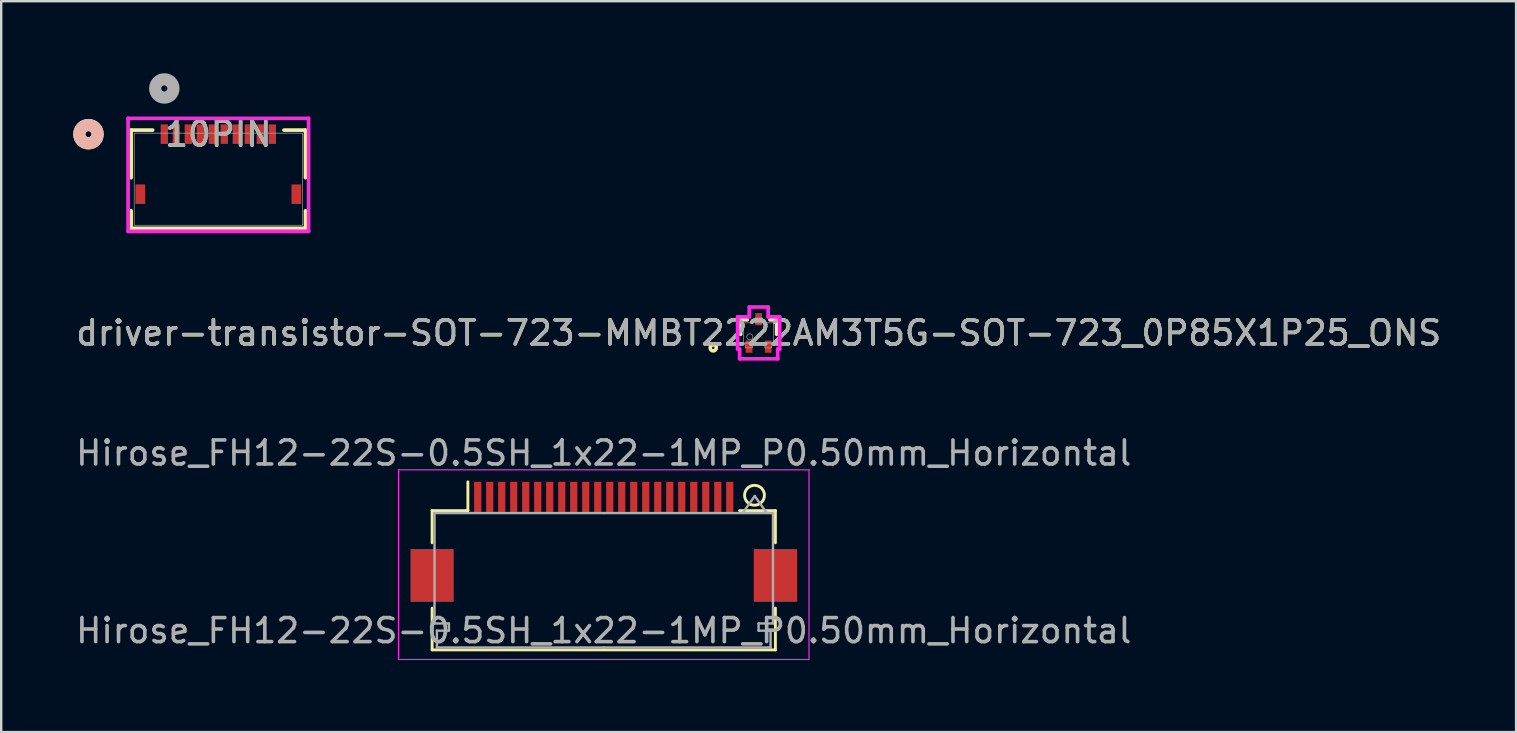
<source format=kicad_pcb>
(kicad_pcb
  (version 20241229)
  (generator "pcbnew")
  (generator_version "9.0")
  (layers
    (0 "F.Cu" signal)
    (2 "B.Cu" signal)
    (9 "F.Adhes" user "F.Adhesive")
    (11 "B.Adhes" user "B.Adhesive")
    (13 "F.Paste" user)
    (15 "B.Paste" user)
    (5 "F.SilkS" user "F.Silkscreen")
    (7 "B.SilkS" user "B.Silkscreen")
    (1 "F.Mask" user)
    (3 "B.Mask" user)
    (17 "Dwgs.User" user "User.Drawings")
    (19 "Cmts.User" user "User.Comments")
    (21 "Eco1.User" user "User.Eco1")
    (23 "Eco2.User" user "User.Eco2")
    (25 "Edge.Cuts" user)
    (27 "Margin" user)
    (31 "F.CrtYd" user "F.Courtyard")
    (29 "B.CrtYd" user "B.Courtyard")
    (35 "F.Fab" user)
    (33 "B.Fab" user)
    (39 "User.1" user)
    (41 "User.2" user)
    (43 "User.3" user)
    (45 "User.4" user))
  (footprint "Hirose_FH12-22S-0.5SH_1x22-1MP_P0.50mm_Horizontal"
    (layer "F.Cu")
    (at 22.101 19.522)
    (property "Reference" "Hirose_FH12-22S-0.5SH_1x22-1MP_P0.50mm_Horizontal" (at 0 -3.7 180) (layer "F.Fab") (effects (font (size 1 1) (thickness 0.15))))
    (attr smd)
    (fp_line (start -7.15 -1.3) (end -7.15 0.04) (stroke (width 0.12) (type solid)) (layer "F.SilkS"))
    (fp_line (start -7.15 2.76) (end -7.15 4.5) (stroke (width 0.12) (type solid)) (layer "F.SilkS"))
    (fp_line (start -7.15 4.5) (end 7.15 4.5) (stroke (width 0.12) (type solid)) (layer "F.SilkS"))
    (fp_line (start -5.66 -1.3) (end -7.15 -1.3) (stroke (width 0.12) (type solid)) (layer "F.SilkS"))
    (fp_line (start -5.66 -1.3) (end -5.66 -2.5) (stroke (width 0.12) (type solid)) (layer "F.SilkS"))
    (fp_line (start 5.66 -1.3) (end 7.15 -1.3) (stroke (width 0.12) (type solid)) (layer "F.SilkS"))
    (fp_line (start 7.15 -1.3) (end 7.15 0.04) (stroke (width 0.12) (type solid)) (layer "F.SilkS"))
    (fp_line (start 7.15 4.5) (end 7.15 2.76) (stroke (width 0.12) (type solid)) (layer "F.SilkS"))
    (fp_circle (center 6.28 -1.94) (end 6.61 -1.69) (stroke (width 0.12) (type solid)) (fill no) (layer "F.SilkS"))
    (fp_line (start -8.55 -3) (end -8.55 4.9) (stroke (width 0.05) (type solid)) (layer "F.CrtYd"))
    (fp_line (start -8.55 4.9) (end 8.55 4.9) (stroke (width 0.05) (type solid)) (layer "F.CrtYd"))
    (fp_line (start 8.55 -3) (end -8.55 -3) (stroke (width 0.05) (type solid)) (layer "F.CrtYd"))
    (fp_line (start 8.55 4.9) (end 8.55 -3) (stroke (width 0.05) (type solid)) (layer "F.CrtYd"))
    (fp_line (start -7.05 -1.2) (end -7.05 3.4) (stroke (width 0.1) (type solid)) (layer "F.Fab"))
    (fp_line (start -7.05 3.4) (end -6.45 3.4) (stroke (width 0.1) (type solid)) (layer "F.Fab"))
    (fp_line (start -6.95 3.7) (end -6.95 4.4) (stroke (width 0.1) (type solid)) (layer "F.Fab"))
    (fp_line (start -6.95 4.4) (end 0 4.4) (stroke (width 0.1) (type solid)) (layer "F.Fab"))
    (fp_line (start -6.45 3.4) (end -6.45 3.7) (stroke (width 0.1) (type solid)) (layer "F.Fab"))
    (fp_line (start -6.45 3.7) (end -6.95 3.7) (stroke (width 0.1) (type solid)) (layer "F.Fab"))
    (fp_line (start 0 -1.2) (end -7.05 -1.2) (stroke (width 0.1) (type solid)) (layer "F.Fab"))
    (fp_line (start 0 -1.2) (end 7.05 -1.2) (stroke (width 0.1) (type solid)) (layer "F.Fab"))
    (fp_line (start 6.29 -1.91) (end 5.79 -1.203) (stroke (width 0.1) (type solid)) (layer "F.Fab"))
    (fp_line (start 6.45 3.4) (end 6.45 3.7) (stroke (width 0.1) (type solid)) (layer "F.Fab"))
    (fp_line (start 6.45 3.7) (end 6.95 3.7) (stroke (width 0.1) (type solid)) (layer "F.Fab"))
    (fp_line (start 6.79 -1.203) (end 6.29 -1.91) (stroke (width 0.1) (type solid)) (layer "F.Fab"))
    (fp_line (start 6.95 3.7) (end 6.95 4.4) (stroke (width 0.1) (type solid)) (layer "F.Fab"))
    (fp_line (start 6.95 4.4) (end 0 4.4) (stroke (width 0.1) (type solid)) (layer "F.Fab"))
    (fp_line (start 7.05 -1.2) (end 7.05 3.4) (stroke (width 0.1) (type solid)) (layer "F.Fab"))
    (fp_line (start 7.05 3.4) (end 6.45 3.4) (stroke (width 0.1) (type solid)) (layer "F.Fab"))
    (fp_text user "${REFERENCE}" (at 0 3.7 180) (layer "F.Fab") (effects (font (size 1 1) (thickness 0.15))))
    (pad "1" smd rect (at 5.25 -1.85) (size 0.3 1.3) (layers "F.Cu" "F.Mask" "F.Paste"))
    (pad "2" smd rect (at 4.75 -1.85) (size 0.3 1.3) (layers "F.Cu" "F.Mask" "F.Paste"))
    (pad "3" smd rect (at 4.25 -1.85) (size 0.3 1.3) (layers "F.Cu" "F.Mask" "F.Paste"))
    (pad "4" smd rect (at 3.75 -1.85) (size 0.3 1.3) (layers "F.Cu" "F.Mask" "F.Paste"))
    (pad "5" smd rect (at 3.25 -1.85) (size 0.3 1.3) (layers "F.Cu" "F.Mask" "F.Paste"))
    (pad "6" smd rect (at 2.75 -1.85) (size 0.3 1.3) (layers "F.Cu" "F.Mask" "F.Paste"))
    (pad "7" smd rect (at 2.25 -1.85) (size 0.3 1.3) (layers "F.Cu" "F.Mask" "F.Paste"))
    (pad "8" smd rect (at 1.75 -1.85) (size 0.3 1.3) (layers "F.Cu" "F.Mask" "F.Paste"))
    (pad "9" smd rect (at 1.25 -1.85) (size 0.3 1.3) (layers "F.Cu" "F.Mask" "F.Paste"))
    (pad "10" smd rect (at 0.75 -1.85) (size 0.3 1.3) (layers "F.Cu" "F.Mask" "F.Paste"))
    (pad "11" smd rect (at 0.25 -1.85) (size 0.3 1.3) (layers "F.Cu" "F.Mask" "F.Paste"))
    (pad "12" smd rect (at -0.25 -1.85) (size 0.3 1.3) (layers "F.Cu" "F.Mask" "F.Paste"))
    (pad "13" smd rect (at -0.75 -1.85) (size 0.3 1.3) (layers "F.Cu" "F.Mask" "F.Paste"))
    (pad "14" smd rect (at -1.25 -1.85) (size 0.3 1.3) (layers "F.Cu" "F.Mask" "F.Paste"))
    (pad "15" smd rect (at -1.75 -1.85) (size 0.3 1.3) (layers "F.Cu" "F.Mask" "F.Paste"))
    (pad "16" smd rect (at -2.25 -1.85) (size 0.3 1.3) (layers "F.Cu" "F.Mask" "F.Paste"))
    (pad "17" smd rect (at -2.75 -1.85) (size 0.3 1.3) (layers "F.Cu" "F.Mask" "F.Paste"))
    (pad "18" smd rect (at -3.25 -1.85) (size 0.3 1.3) (layers "F.Cu" "F.Mask" "F.Paste"))
    (pad "19" smd rect (at -3.75 -1.85) (size 0.3 1.3) (layers "F.Cu" "F.Mask" "F.Paste"))
    (pad "20" smd rect (at -4.25 -1.85) (size 0.3 1.3) (layers "F.Cu" "F.Mask" "F.Paste"))
    (pad "21" smd rect (at -4.75 -1.85) (size 0.3 1.3) (layers "F.Cu" "F.Mask" "F.Paste"))
    (pad "22" smd rect (at -5.25 -1.85) (size 0.3 1.3) (layers "F.Cu" "F.Mask" "F.Paste"))
    (pad "MP" smd rect (at -7.15 1.4) (size 1.8 2.2) (layers "F.Cu" "F.Mask" "F.Paste"))
    (pad "MP" smd rect (at 7.15 1.4) (size 1.8 2.2) (layers "F.Cu" "F.Mask" "F.Paste")))
  (footprint "10PIN"
    (layer "F.Cu")
    (at 6.045 4.414)
    (property "Reference" "10PIN" (at 0 -1.874 0) (unlocked yes) (layer "F.SilkS") (effects (font (size 1 1) (thickness 0.15))))
    (attr smd)
    (fp_line (start -3.632 -2.045) (end -3.632 -0.061) (stroke (width 0.152) (type solid)) (layer "F.SilkS"))
    (fp_line (start -3.632 1.313) (end -3.632 2.045) (stroke (width 0.152) (type solid)) (layer "F.SilkS"))
    (fp_line (start -3.632 2.045) (end 3.632 2.045) (stroke (width 0.152) (type solid)) (layer "F.SilkS"))
    (fp_line (start -2.735 -2.045) (end -3.632 -2.045) (stroke (width 0.152) (type solid)) (layer "F.SilkS"))
    (fp_line (start 3.632 -2.045) (end 2.735 -2.045) (stroke (width 0.152) (type solid)) (layer "F.SilkS"))
    (fp_line (start 3.632 -0.061) (end 3.632 -2.045) (stroke (width 0.152) (type solid)) (layer "F.SilkS"))
    (fp_line (start 3.632 2.045) (end 3.632 1.313) (stroke (width 0.152) (type solid)) (layer "F.SilkS"))
    (fp_circle (center -5.41 -1.874) (end -5.029 -1.874) (stroke (width 0.508) (type solid)) (fill no) (layer "F.SilkS"))
    (fp_circle (center -5.41 -1.874) (end -5.029 -1.874) (stroke (width 0.508) (type solid)) (fill no) (layer "B.SilkS"))
    (fp_line (start -3.759 -2.534) (end -3.759 2.172) (stroke (width 0.152) (type solid)) (layer "F.CrtYd"))
    (fp_line (start -3.759 2.172) (end 3.759 2.172) (stroke (width 0.152) (type solid)) (layer "F.CrtYd"))
    (fp_line (start 3.759 -2.534) (end -3.759 -2.534) (stroke (width 0.152) (type solid)) (layer "F.CrtYd"))
    (fp_line (start 3.759 2.172) (end 3.759 -2.534) (stroke (width 0.152) (type solid)) (layer "F.CrtYd"))
    (fp_line (start -3.505 -1.918) (end -3.505 1.918) (stroke (width 0.025) (type solid)) (layer "F.Fab"))
    (fp_line (start -3.505 1.918) (end 3.505 1.918) (stroke (width 0.025) (type solid)) (layer "F.Fab"))
    (fp_line (start 3.505 -1.918) (end -3.505 -1.918) (stroke (width 0.025) (type solid)) (layer "F.Fab"))
    (fp_line (start 3.505 1.918) (end 3.505 -1.918) (stroke (width 0.025) (type solid)) (layer "F.Fab"))
    (fp_circle (center -2.25 -3.779) (end -1.869 -3.779) (stroke (width 0.508) (type solid)) (fill no) (layer "F.Fab"))
    (fp_text user "${REFERENCE}" (at 0 -1.874 0) (unlocked yes) (layer "F.Fab") (effects (font (size 1 1) (thickness 0.15))))
    (pad "1" smd rect (at -2.25 -1.874) (size 0.305 0.813) (layers "F.Cu" "F.Mask" "F.Paste"))
    (pad "2" smd rect (at -1.75 -1.874) (size 0.305 0.813) (layers "F.Cu" "F.Mask" "F.Paste"))
    (pad "3" smd rect (at -1.25 -1.874) (size 0.305 0.813) (layers "F.Cu" "F.Mask" "F.Paste"))
    (pad "4" smd rect (at -0.75 -1.874) (size 0.305 0.813) (layers "F.Cu" "F.Mask" "F.Paste"))
    (pad "5" smd rect (at -0.25 -1.874) (size 0.305 0.813) (layers "F.Cu" "F.Mask" "F.Paste"))
    (pad "6" smd rect (at 0.25 -1.874) (size 0.305 0.813) (layers "F.Cu" "F.Mask" "F.Paste"))
    (pad "7" smd rect (at 0.75 -1.874) (size 0.305 0.813) (layers "F.Cu" "F.Mask" "F.Paste"))
    (pad "8" smd rect (at 1.25 -1.874) (size 0.305 0.813) (layers "F.Cu" "F.Mask" "F.Paste"))
    (pad "9" smd rect (at 1.75 -1.874) (size 0.305 0.813) (layers "F.Cu" "F.Mask" "F.Paste"))
    (pad "10" smd rect (at 2.25 -1.874) (size 0.305 0.813) (layers "F.Cu" "F.Mask" "F.Paste"))
    (pad "11" smd rect (at -3.25 0.626) (size 0.406 0.813) (layers "F.Cu" "F.Mask" "F.Paste"))
    (pad "12" smd rect (at 3.25 0.626) (size 0.406 0.813) (layers "F.Cu" "F.Mask" "F.Paste")))
  (footprint "driver-transistor-SOT-723-MMBT2222AM3T5G-SOT-723_0P85X1P25_ONS"
    (layer "F.Cu")
    (at 28.554 10.818)
    (property "Reference" "driver-transistor-SOT-723-MMBT2222AM3T5G-SOT-723_0P85X1P25_ONS" (at 0 0 0) (unlocked yes) (layer "F.SilkS") (effects (font (size 1 1) (thickness 0.15))))
    (attr smd)
    (fp_line (start -0.749 -0.546) (end -0.749 0.059) (stroke (width 0.152) (type solid)) (layer "F.SilkS"))
    (fp_line (start -0.472 -0.546) (end -0.749 -0.546) (stroke (width 0.152) (type solid)) (layer "F.SilkS"))
    (fp_line (start 0.749 -0.546) (end 0.472 -0.546) (stroke (width 0.152) (type solid)) (layer "F.SilkS"))
    (fp_line (start 0.749 0.059) (end 0.749 -0.546) (stroke (width 0.152) (type solid)) (layer "F.SilkS"))
    (fp_circle (center -1.892 0.622) (end -1.765 0.622) (stroke (width 0.152) (type solid)) (fill no) (layer "F.SilkS"))
    (fp_line (start -0.876 -0.673) (end -0.394 -0.673) (stroke (width 0.152) (type solid)) (layer "F.CrtYd"))
    (fp_line (start -0.876 0.673) (end -0.876 -0.673) (stroke (width 0.152) (type solid)) (layer "F.CrtYd"))
    (fp_line (start -0.876 0.673) (end -0.794 0.673) (stroke (width 0.152) (type solid)) (layer "F.CrtYd"))
    (fp_line (start -0.794 0.673) (end -0.794 1.079) (stroke (width 0.152) (type solid)) (layer "F.CrtYd"))
    (fp_line (start -0.794 1.079) (end 0.794 1.079) (stroke (width 0.152) (type solid)) (layer "F.CrtYd"))
    (fp_line (start -0.394 -1.079) (end 0.394 -1.079) (stroke (width 0.152) (type solid)) (layer "F.CrtYd"))
    (fp_line (start -0.394 -0.673) (end -0.394 -1.079) (stroke (width 0.152) (type solid)) (layer "F.CrtYd"))
    (fp_line (start 0.394 -0.673) (end 0.394 -1.079) (stroke (width 0.152) (type solid)) (layer "F.CrtYd"))
    (fp_line (start 0.794 0.673) (end 0.794 1.079) (stroke (width 0.152) (type solid)) (layer "F.CrtYd"))
    (fp_line (start 0.876 -0.673) (end 0.394 -0.673) (stroke (width 0.152) (type solid)) (layer "F.CrtYd"))
    (fp_line (start 0.876 -0.673) (end 0.876 0.673) (stroke (width 0.152) (type solid)) (layer "F.CrtYd"))
    (fp_line (start 0.876 0.673) (end 0.794 0.673) (stroke (width 0.152) (type solid)) (layer "F.CrtYd"))
    (fp_line (start -0.622 -0.419) (end -0.622 0.419) (stroke (width 0.025) (type solid)) (layer "F.Fab"))
    (fp_line (start -0.622 0.419) (end 0.622 0.419) (stroke (width 0.025) (type solid)) (layer "F.Fab"))
    (fp_line (start -0.54 0.419) (end -0.54 0.622) (stroke (width 0.025) (type solid)) (layer "F.Fab"))
    (fp_line (start -0.54 0.622) (end -0.26 0.622) (stroke (width 0.025) (type solid)) (layer "F.Fab"))
    (fp_line (start -0.26 0.419) (end -0.54 0.419) (stroke (width 0.025) (type solid)) (layer "F.Fab"))
    (fp_line (start -0.26 0.622) (end -0.26 0.419) (stroke (width 0.025) (type solid)) (layer "F.Fab"))
    (fp_line (start -0.14 -0.622) (end -0.14 -0.419) (stroke (width 0.025) (type solid)) (layer "F.Fab"))
    (fp_line (start -0.14 -0.419) (end 0.14 -0.419) (stroke (width 0.025) (type solid)) (layer "F.Fab"))
    (fp_line (start 0.14 -0.622) (end -0.14 -0.622) (stroke (width 0.025) (type solid)) (layer "F.Fab"))
    (fp_line (start 0.14 -0.419) (end 0.14 -0.622) (stroke (width 0.025) (type solid)) (layer "F.Fab"))
    (fp_line (start 0.26 0.419) (end 0.26 0.622) (stroke (width 0.025) (type solid)) (layer "F.Fab"))
    (fp_line (start 0.26 0.622) (end 0.54 0.622) (stroke (width 0.025) (type solid)) (layer "F.Fab"))
    (fp_line (start 0.54 0.419) (end 0.26 0.419) (stroke (width 0.025) (type solid)) (layer "F.Fab"))
    (fp_line (start 0.54 0.622) (end 0.54 0.419) (stroke (width 0.025) (type solid)) (layer "F.Fab"))
    (fp_line (start 0.622 -0.419) (end -0.622 -0.419) (stroke (width 0.025) (type solid)) (layer "F.Fab"))
    (fp_line (start 0.622 0.419) (end 0.622 -0.419) (stroke (width 0.025) (type solid)) (layer "F.Fab"))
    (fp_circle (center -0.368 0.165) (end -0.241 0.165) (stroke (width 0.025) (type solid)) (fill no) (layer "F.Fab"))
    (fp_text user "${REFERENCE}" (at 0 0 0) (unlocked yes) (layer "F.Fab") (effects (font (size 1 1) (thickness 0.15))))
    (pad "1" smd rect (at -0.4 0.572) (size 0.279 0.508) (layers "F.Cu" "F.Mask" "F.Paste"))
    (pad "2" smd rect (at 0.4 0.572) (size 0.279 0.508) (layers "F.Cu" "F.Mask" "F.Paste"))
    (pad "3" smd rect (at 0 -0.572) (size 0.279 0.508) (layers "F.Cu" "F.Mask" "F.Paste")))
  (gr_rect
    (start -3 -3)
    (end 60.107 27.447)
    (stroke (width 0.1) (type default))
    (fill no)
    (layer "Edge.Cuts")))
</source>
